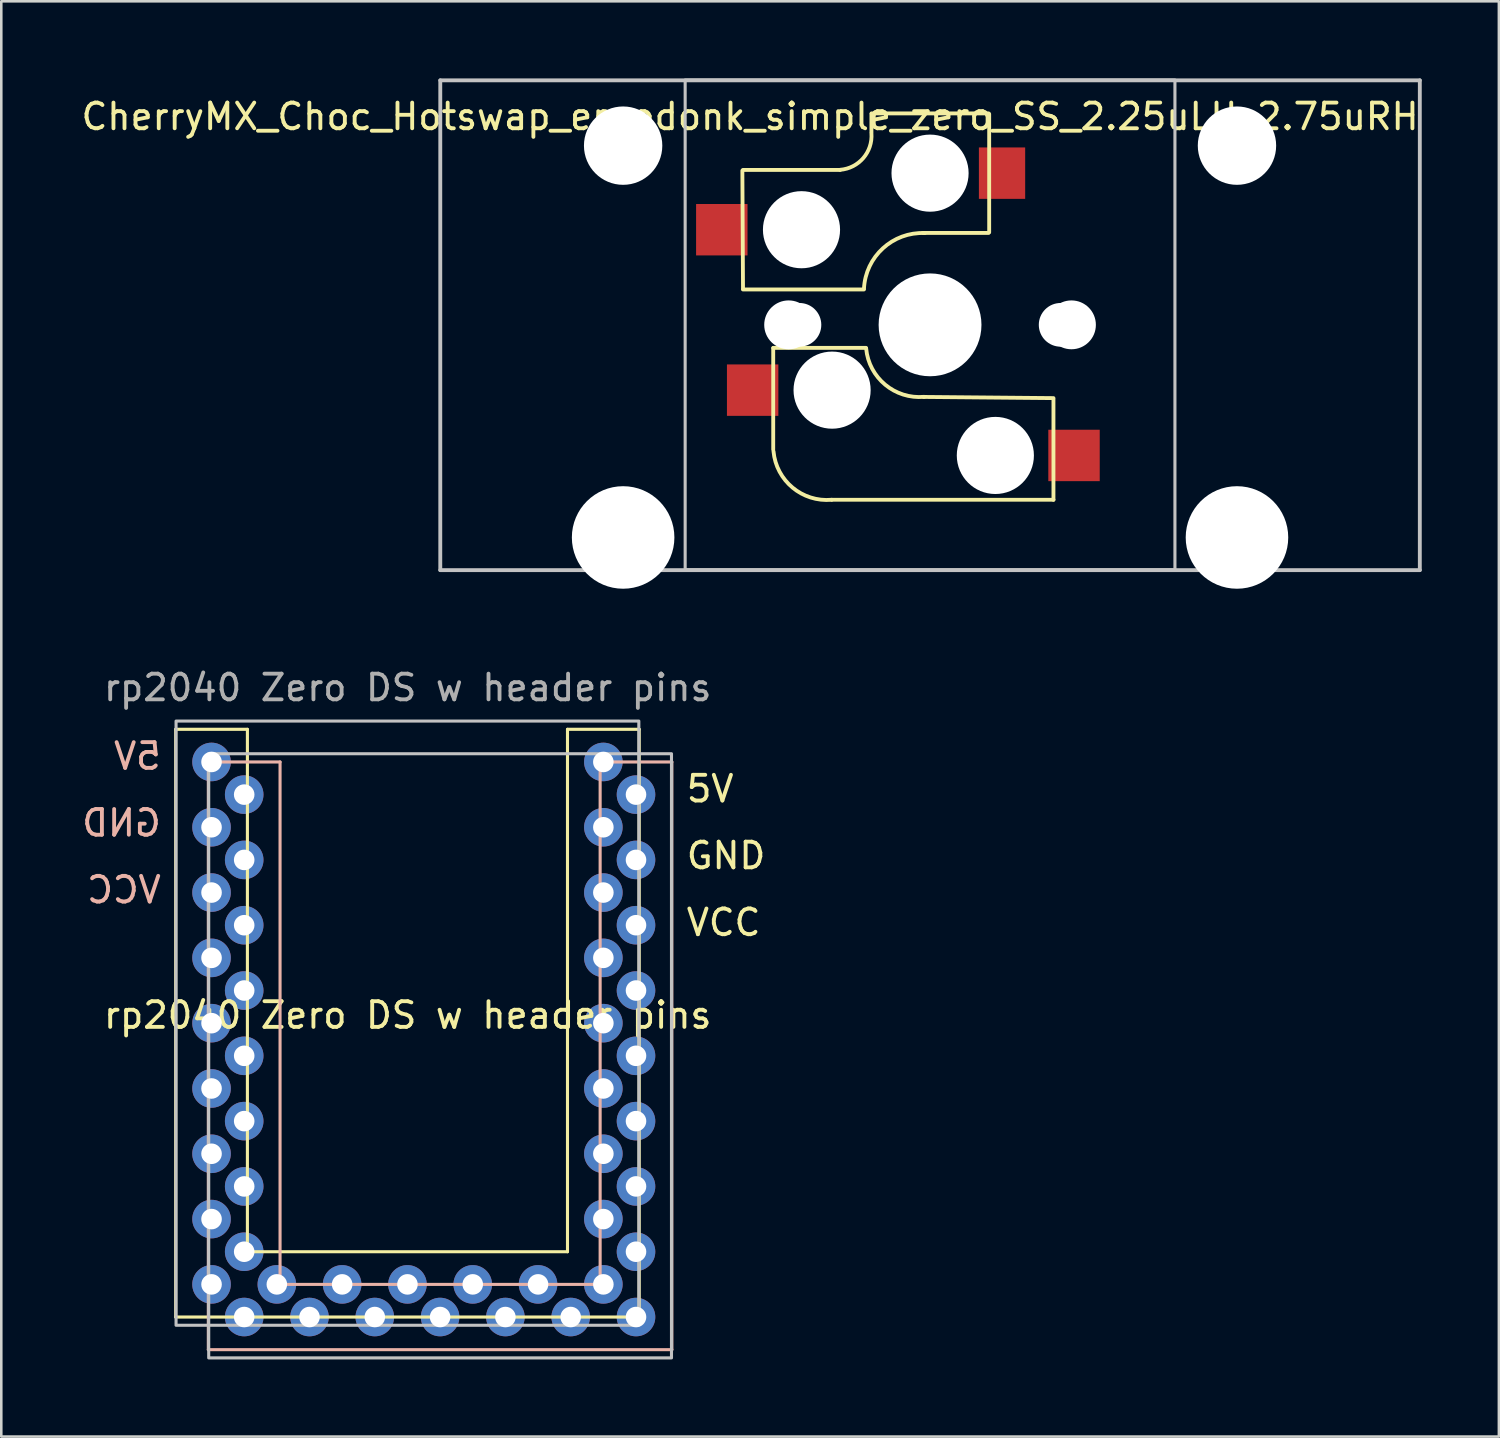
<source format=kicad_pcb>
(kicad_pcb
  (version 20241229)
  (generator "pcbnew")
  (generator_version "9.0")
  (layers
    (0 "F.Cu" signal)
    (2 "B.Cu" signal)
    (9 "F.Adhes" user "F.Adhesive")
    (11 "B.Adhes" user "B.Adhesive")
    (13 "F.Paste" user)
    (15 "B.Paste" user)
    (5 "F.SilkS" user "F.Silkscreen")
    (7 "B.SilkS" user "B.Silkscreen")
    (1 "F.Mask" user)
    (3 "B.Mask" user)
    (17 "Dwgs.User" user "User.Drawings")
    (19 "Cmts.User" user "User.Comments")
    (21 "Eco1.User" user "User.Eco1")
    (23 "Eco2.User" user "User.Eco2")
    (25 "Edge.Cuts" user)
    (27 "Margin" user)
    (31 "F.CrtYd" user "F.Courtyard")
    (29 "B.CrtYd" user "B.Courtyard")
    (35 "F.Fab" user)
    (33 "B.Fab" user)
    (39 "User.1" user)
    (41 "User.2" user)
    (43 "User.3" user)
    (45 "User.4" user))
  (footprint "rp2040 Zero DS w header pins"
    (layer "F.Cu")
    (at 12.808 36.937)
    (property "Reference" "rp2040 Zero DS w header pins" (at 0 -0.5 0) (unlocked yes) (layer "F.SilkS") (effects (font (size 1 1) (thickness 0.15))))
    (attr through_hole)
    (fp_line (start -9.025 -11.62) (end -9.025 11.24) (stroke (width 0.12) (type default)) (layer "F.SilkS"))
    (fp_line (start -9.025 -11.62) (end -6.235 -11.62) (stroke (width 0.12) (type default)) (layer "F.SilkS"))
    (fp_line (start -9.025 11.24) (end 9.005 11.24) (stroke (width 0.12) (type default)) (layer "F.SilkS"))
    (fp_line (start -6.235 -11.62) (end -6.235 8.7) (stroke (width 0.12) (type default)) (layer "F.SilkS"))
    (fp_line (start -6.235 8.7) (end 6.215 8.7) (stroke (width 0.12) (type default)) (layer "F.SilkS"))
    (fp_line (start 6.215 -11.62) (end 9.005 -11.62) (stroke (width 0.12) (type default)) (layer "F.SilkS"))
    (fp_line (start 6.215 8.7) (end 6.215 -11.62) (stroke (width 0.12) (type default)) (layer "F.SilkS"))
    (fp_line (start 9.005 -11.62) (end 9.005 11.24) (stroke (width 0.12) (type default)) (layer "F.SilkS"))
    (fp_line (start -7.755 -10.35) (end -7.755 12.51) (stroke (width 0.12) (type default)) (layer "B.SilkS"))
    (fp_line (start -4.965 -10.35) (end -7.755 -10.35) (stroke (width 0.12) (type default)) (layer "B.SilkS"))
    (fp_line (start -4.965 9.97) (end -4.965 -10.35) (stroke (width 0.12) (type default)) (layer "B.SilkS"))
    (fp_line (start 7.485 -10.35) (end 7.485 9.97) (stroke (width 0.12) (type default)) (layer "B.SilkS"))
    (fp_line (start 7.485 9.97) (end -4.965 9.97) (stroke (width 0.12) (type default)) (layer "B.SilkS"))
    (fp_line (start 10.275 -10.35) (end 7.485 -10.35) (stroke (width 0.12) (type default)) (layer "B.SilkS"))
    (fp_line (start 10.275 -10.35) (end 10.275 12.51) (stroke (width 0.12) (type default)) (layer "B.SilkS"))
    (fp_line (start 10.275 12.51) (end -7.755 12.51) (stroke (width 0.12) (type default)) (layer "B.SilkS"))
    (fp_rect (start -9.01 -11.94) (end 8.99 11.56) (stroke (width 0.12) (type solid)) (fill no) (layer "Dwgs.User"))
    (fp_rect (start 10.26 -10.67) (end -7.74 12.83) (stroke (width 0.12) (type solid)) (fill no) (layer "Dwgs.User"))
    (fp_line (start -5.51 -11.94) (end -5.51 8.81) (stroke (width 0.12) (type solid)) (layer "Eco1.User"))
    (fp_line (start -5.51 8.81) (end 5.49 8.81) (stroke (width 0.12) (type solid)) (layer "Eco1.User"))
    (fp_line (start -4.24 10.08) (end -4.24 -10.67) (stroke (width 0.12) (type solid)) (layer "Eco1.User"))
    (fp_line (start 5.49 8.81) (end 5.49 -11.94) (stroke (width 0.12) (type solid)) (layer "Eco1.User"))
    (fp_line (start 6.76 -10.67) (end 6.76 10.08) (stroke (width 0.12) (type solid)) (layer "Eco1.User"))
    (fp_line (start 6.76 10.08) (end -4.24 10.08) (stroke (width 0.12) (type solid)) (layer "Eco1.User"))
    (fp_text user "VCC" (at 10.76 -3.52 0) (unlocked yes) (layer "F.SilkS") (effects (font (size 1 1) (thickness 0.15)) (justify left bottom)))
    (fp_text user "GND" (at 10.76 -6.12 0) (unlocked yes) (layer "F.SilkS") (effects (font (size 1 1) (thickness 0.15)) (justify left bottom)))
    (fp_text user "5V" (at 10.76 -8.72 0) (unlocked yes) (layer "F.SilkS") (effects (font (size 1 1) (thickness 0.15)) (justify left bottom)))
    (fp_text user "VCC" (at -9.51 -4.79 0) (unlocked yes) (layer "B.SilkS") (effects (font (size 1 1) (thickness 0.15)) (justify left bottom mirror)))
    (fp_text user "5V" (at -9.51 -9.99 0) (unlocked yes) (layer "B.SilkS") (effects (font (size 1 1) (thickness 0.15)) (justify left bottom mirror)))
    (fp_text user "GND" (at -9.51 -7.39 0) (unlocked yes) (layer "B.SilkS") (effects (font (size 1 1) (thickness 0.15)) (justify left bottom mirror)))
    (fp_text user "${REFERENCE}" (at 0 -13.24 0) (unlocked yes) (layer "F.Fab") (effects (font (size 1 1) (thickness 0.15))))
    (pad "1" thru_hole circle (at -6.36 -9.08 180) (size 1.5 1.5) (drill 0.8) (layers "*.Cu" "F.Mask"))
    (pad "1" thru_hole circle (at 7.61 -10.35 180) (size 1.5 1.5) (drill 0.8) (layers "*.Cu" "B.Mask"))
    (pad "2" thru_hole circle (at -6.36 -6.54 180) (size 1.5 1.5) (drill 0.8) (layers "*.Cu" "F.Mask"))
    (pad "2" thru_hole circle (at 7.61 -7.81 180) (size 1.5 1.5) (drill 0.8) (layers "*.Cu" "B.Mask"))
    (pad "3" thru_hole circle (at -6.36 -4 180) (size 1.5 1.5) (drill 0.8) (layers "*.Cu" "F.Mask"))
    (pad "3" thru_hole circle (at 7.61 -5.27 180) (size 1.5 1.5) (drill 0.8) (layers "*.Cu" "B.Mask"))
    (pad "4" thru_hole circle (at -6.36 -1.46 180) (size 1.5 1.5) (drill 0.8) (layers "*.Cu" "F.Mask"))
    (pad "4" thru_hole circle (at 7.61 -2.73 180) (size 1.5 1.5) (drill 0.8) (layers "*.Cu" "B.Mask"))
    (pad "5" thru_hole circle (at -6.36 1.08 180) (size 1.5 1.5) (drill 0.8) (layers "*.Cu" "F.Mask"))
    (pad "5" thru_hole circle (at 7.61 -0.19 180) (size 1.5 1.5) (drill 0.8) (layers "*.Cu" "B.Mask"))
    (pad "6" thru_hole circle (at -6.36 3.62 180) (size 1.5 1.5) (drill 0.8) (layers "*.Cu" "F.Mask"))
    (pad "6" thru_hole circle (at 7.61 2.35 180) (size 1.5 1.5) (drill 0.8) (layers "*.Cu" "B.Mask"))
    (pad "7" thru_hole circle (at -6.36 6.16 180) (size 1.5 1.5) (drill 0.8) (layers "*.Cu" "F.Mask"))
    (pad "7" thru_hole circle (at 7.61 4.89 180) (size 1.5 1.5) (drill 0.8) (layers "*.Cu" "B.Mask"))
    (pad "8" thru_hole circle (at -6.36 8.7 180) (size 1.5 1.5) (drill 0.8) (layers "*.Cu" "F.Mask"))
    (pad "8" thru_hole circle (at 7.61 7.43 180) (size 1.5 1.5) (drill 0.8) (layers "*.Cu" "B.Mask"))
    (pad "9" thru_hole circle (at -6.36 11.24 180) (size 1.5 1.5) (drill 0.8) (layers "*.Cu" "F.Mask"))
    (pad "9" thru_hole circle (at 7.61 9.97 180) (size 1.5 1.5) (drill 0.8) (layers "*.Cu" "B.Mask"))
    (pad "10" thru_hole circle (at -3.82 11.24 270) (size 1.5 1.5) (drill 0.8) (layers "*.Cu" "F.Mask"))
    (pad "10" thru_hole circle (at 5.07 9.97 90) (size 1.5 1.5) (drill 0.8) (layers "*.Cu" "B.Mask"))
    (pad "11" thru_hole circle (at -1.28 11.24 270) (size 1.5 1.5) (drill 0.8) (layers "*.Cu" "F.Mask"))
    (pad "11" thru_hole circle (at 2.53 9.97 90) (size 1.5 1.5) (drill 0.8) (layers "*.Cu" "B.Mask"))
    (pad "12" thru_hole circle (at -0.01 9.97 90) (size 1.5 1.5) (drill 0.8) (layers "*.Cu" "B.Mask"))
    (pad "12" thru_hole circle (at 1.26 11.24 270) (size 1.5 1.5) (drill 0.8) (layers "*.Cu" "F.Mask"))
    (pad "13" thru_hole circle (at -2.55 9.97 90) (size 1.5 1.5) (drill 0.8) (layers "*.Cu" "B.Mask"))
    (pad "13" thru_hole circle (at 3.8 11.24 270) (size 1.5 1.5) (drill 0.8) (layers "*.Cu" "F.Mask"))
    (pad "14" thru_hole circle (at -5.09 9.97 90) (size 1.5 1.5) (drill 0.8) (layers "*.Cu" "B.Mask"))
    (pad "14" thru_hole circle (at 6.34 11.24 270) (size 1.5 1.5) (drill 0.8) (layers "*.Cu" "F.Mask"))
    (pad "15" thru_hole circle (at -7.63 9.97) (size 1.5 1.5) (drill 0.8) (layers "*.Cu" "B.Mask"))
    (pad "15" thru_hole circle (at 8.88 11.24) (size 1.5 1.5) (drill 0.8) (layers "*.Cu" "F.Mask"))
    (pad "16" thru_hole circle (at -7.63 7.43) (size 1.5 1.5) (drill 0.8) (layers "*.Cu" "B.Mask"))
    (pad "16" thru_hole circle (at 8.88 8.7) (size 1.5 1.5) (drill 0.8) (layers "*.Cu" "F.Mask"))
    (pad "17" thru_hole circle (at -7.63 4.89) (size 1.5 1.5) (drill 0.8) (layers "*.Cu" "B.Mask"))
    (pad "17" thru_hole circle (at 8.88 6.16) (size 1.5 1.5) (drill 0.8) (layers "*.Cu" "F.Mask"))
    (pad "18" thru_hole circle (at -7.63 2.35) (size 1.5 1.5) (drill 0.8) (layers "*.Cu" "B.Mask"))
    (pad "18" thru_hole circle (at 8.88 3.62) (size 1.5 1.5) (drill 0.8) (layers "*.Cu" "F.Mask"))
    (pad "19" thru_hole circle (at -7.63 -0.19) (size 1.5 1.5) (drill 0.8) (layers "*.Cu" "B.Mask"))
    (pad "19" thru_hole circle (at 8.88 1.08) (size 1.5 1.5) (drill 0.8) (layers "*.Cu" "F.Mask"))
    (pad "20" thru_hole circle (at -7.63 -2.73) (size 1.5 1.5) (drill 0.8) (layers "*.Cu" "B.Mask"))
    (pad "20" thru_hole circle (at 8.88 -1.46) (size 1.5 1.5) (drill 0.8) (layers "*.Cu" "F.Mask"))
    (pad "21" thru_hole circle (at -7.63 -5.27) (size 1.5 1.5) (drill 0.8) (layers "*.Cu" "B.Mask"))
    (pad "21" thru_hole circle (at 8.88 -4) (size 1.5 1.5) (drill 0.8) (layers "*.Cu" "F.Mask"))
    (pad "22" thru_hole circle (at -7.63 -7.81) (size 1.5 1.5) (drill 0.8) (layers "*.Cu" "B.Mask"))
    (pad "22" thru_hole circle (at 8.88 -6.54) (size 1.5 1.5) (drill 0.8) (layers "*.Cu" "F.Mask"))
    (pad "23" thru_hole circle (at -7.63 -10.35) (size 1.5 1.5) (drill 0.8) (layers "*.Cu" "B.Mask"))
    (pad "23" thru_hole circle (at 8.88 -9.08) (size 1.5 1.5) (drill 0.8) (layers "*.Cu" "F.Mask")))
  (footprint "CherryMX_Choc_Hotswap_ergodonk_simple_zero_SS_2.25uLH 2.75uRH"
    (layer "F.Cu")
    (at 33.125 9.585)
    (property "Reference" "CherryMX_Choc_Hotswap_ergodonk_simple_zero_SS_2.25uLH 2.75uRH" (at -7 -8.1 180) (layer "F.SilkS") (effects (font (size 1 1) (thickness 0.15))))
    (attr through_hole)
    (fp_line (start -7.275 -1.4) (end -7.3 -6) (stroke (width 0.15) (type solid)) (layer "F.SilkS"))
    (fp_line (start -6.1 0.896) (end -2.49 0.896) (stroke (width 0.15) (type solid)) (layer "F.SilkS"))
    (fp_line (start -6.1 4.85) (end -6.1 0.905) (stroke (width 0.15) (type solid)) (layer "F.SilkS"))
    (fp_line (start -3.5 -6.025) (end -7.275 -6.025) (stroke (width 0.15) (type solid)) (layer "F.SilkS"))
    (fp_line (start -2.575 -1.375) (end -7.275 -1.375) (stroke (width 0.15) (type solid)) (layer "F.SilkS"))
    (fp_line (start -2.28 -7.5) (end -2.28 -8.2) (stroke (width 0.15) (type solid)) (layer "F.SilkS"))
    (fp_line (start 2.275 -8.225) (end -2.275 -8.225) (stroke (width 0.15) (type solid)) (layer "F.SilkS"))
    (fp_line (start 2.275 -3.575) (end -0.275 -3.575) (stroke (width 0.15) (type solid)) (layer "F.SilkS"))
    (fp_line (start 2.3 -3.6) (end 2.3 -8.2) (stroke (width 0.15) (type solid)) (layer "F.SilkS"))
    (fp_line (start 4.8 2.85) (end -0.25 2.804) (stroke (width 0.15) (type solid)) (layer "F.SilkS"))
    (fp_line (start 4.8 2.896) (end 4.8 6.804) (stroke (width 0.15) (type solid)) (layer "F.SilkS"))
    (fp_line (start 4.8 6.804) (end -3.825 6.804) (stroke (width 0.15) (type solid)) (layer "F.SilkS"))
    (fp_arc (start -3.825 6.804) (mid -5.347189 6.33089) (end -6.089 4.92) (stroke (width 0.15) (type solid)) (layer "F.SilkS"))
    (fp_arc (start -2.57 -1.4) (mid -1.834422 -2.975843) (end -0.2 -3.57) (stroke (width 0.15) (type solid)) (layer "F.SilkS"))
    (fp_arc (start -2.28 -7.45) (mid -2.595908 -6.48733) (end -3.5 -6.03) (stroke (width 0.15) (type solid)) (layer "F.SilkS"))
    (fp_arc (start -0.225 2.8) (mid -1.744361 2.328061) (end -2.485 0.92) (stroke (width 0.15) (type solid)) (layer "F.SilkS"))
    (fp_line (start -19.05 -9.51) (end 19.05 -9.51) (stroke (width 0.15) (type solid)) (layer "Dwgs.User"))
    (fp_line (start -19.05 9.54) (end -19.05 -9.51) (stroke (width 0.15) (type solid)) (layer "Dwgs.User"))
    (fp_line (start 19.05 -9.51) (end 19.05 9.54) (stroke (width 0.15) (type solid)) (layer "Dwgs.User"))
    (fp_line (start 19.05 9.54) (end -19.05 9.54) (stroke (width 0.15) (type solid)) (layer "Dwgs.User"))
    (fp_rect (start -9.525 9.525) (end 9.525 -9.525) (stroke (width 0.12) (type default)) (fill no) (layer "Dwgs.User"))
    (fp_line (start -9 -9) (end 9 -9) (stroke (width 0.15) (type solid)) (layer "Eco2.User"))
    (fp_line (start -9 9) (end -9 -9) (stroke (width 0.15) (type solid)) (layer "Eco2.User"))
    (fp_line (start -7 -7) (end 7 -7) (stroke (width 0.15) (type solid)) (layer "Eco2.User"))
    (fp_line (start -7 7) (end -7 -7) (stroke (width 0.15) (type solid)) (layer "Eco2.User"))
    (fp_line (start 7 -7) (end 7 7) (stroke (width 0.15) (type solid)) (layer "Eco2.User"))
    (fp_line (start 7 7) (end -7 7) (stroke (width 0.15) (type solid)) (layer "Eco2.User"))
    (fp_line (start 9 -9) (end 9 9) (stroke (width 0.15) (type solid)) (layer "Eco2.User"))
    (fp_line (start 9 9) (end -9 9) (stroke (width 0.15) (type solid)) (layer "Eco2.User"))
    (pad "" np_thru_hole circle (at -11.938 -6.97 180) (size 3.048 3.048) (drill 3.048) (layers "*.Cu" "*.Mask"))
    (pad "" np_thru_hole circle (at -11.938 8.27 180) (size 3.988 3.988) (drill 3.988) (layers "*.Cu" "*.Mask"))
    (pad "" np_thru_hole circle (at -5.5 0 270) (size 1.9 1.9) (drill 1.9) (layers "*.Cu" "*.Mask"))
    (pad "" np_thru_hole circle (at -5.08 0 180) (size 1.7 1.7) (drill 1.7) (layers "*.Cu" "*.Mask"))
    (pad "" np_thru_hole circle (at -5 -3.7 90) (size 3 3) (drill 3) (layers "*.Cu" "*.Mask"))
    (pad "" np_thru_hole circle (at -3.81 2.54) (size 3 3) (drill 3) (layers "*.Cu" "*.Mask"))
    (pad "" np_thru_hole circle (at 0 -5.9 270) (size 3 3) (drill 3) (layers "*.Cu" "*.Mask"))
    (pad "" np_thru_hole circle (at 0 0 270) (size 4 4) (drill 4) (layers "*.Cu" "*.Mask"))
    (pad "" np_thru_hole circle (at 2.54 5.08) (size 3 3) (drill 3) (layers "*.Cu" "*.Mask"))
    (pad "" np_thru_hole circle (at 5.08 0 180) (size 1.7 1.7) (drill 1.7) (layers "*.Cu" "*.Mask"))
    (pad "" np_thru_hole circle (at 5.5 0 270) (size 1.9 1.9) (drill 1.9) (layers "*.Cu" "*.Mask"))
    (pad "" np_thru_hole circle (at 11.938 -6.97 180) (size 3.048 3.048) (drill 3.048) (layers "*.Cu" "*.Mask"))
    (pad "" np_thru_hole circle (at 11.938 8.27 180) (size 3.988 3.988) (drill 3.988) (layers "*.Cu" "*.Mask"))
    (pad "5" smd rect (at -8.1 -3.7) (size 2 2) (layers "F.Cu" "F.Mask" "F.Paste"))
    (pad "5" smd rect (at -6.9 2.54) (size 2 2) (layers "F.Cu" "F.Mask" "F.Paste"))
    (pad "6" smd rect (at 2.8 -5.9) (size 1.8 2) (layers "F.Cu" "F.Mask" "F.Paste"))
    (pad "6" smd rect (at 5.6 5.08) (size 2 2) (layers "F.Cu" "F.Mask" "F.Paste")))
  (gr_rect
    (start -3 -3)
    (end 55.25 52.827)
    (stroke (width 0.1) (type default))
    (fill no)
    (layer "Edge.Cuts")))
</source>
